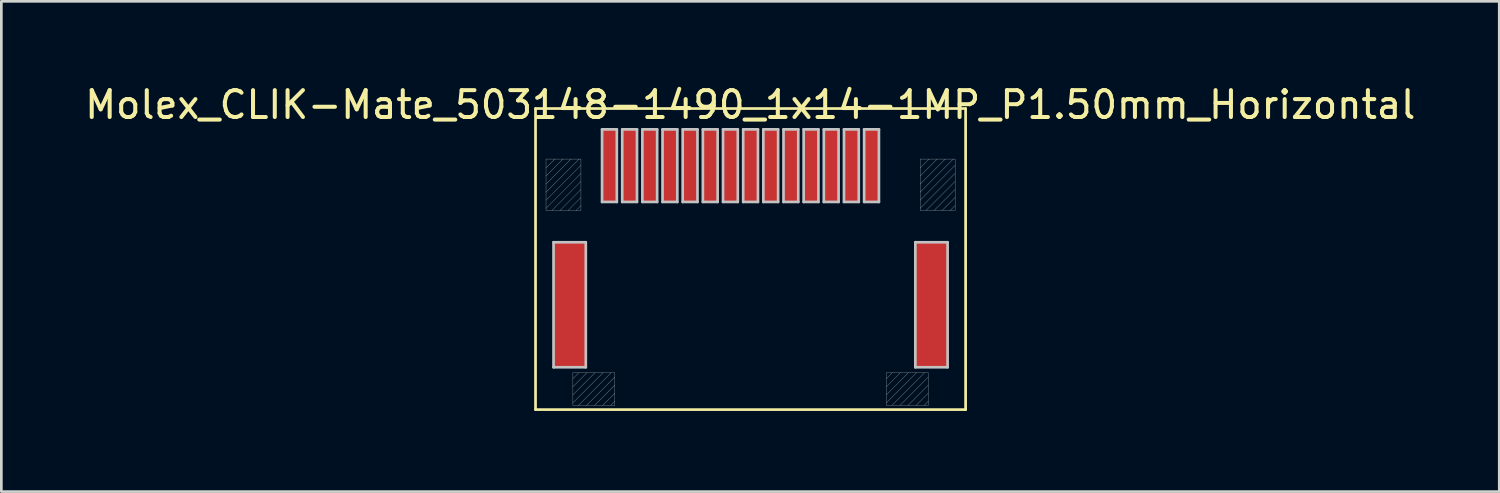
<source format=kicad_pcb>
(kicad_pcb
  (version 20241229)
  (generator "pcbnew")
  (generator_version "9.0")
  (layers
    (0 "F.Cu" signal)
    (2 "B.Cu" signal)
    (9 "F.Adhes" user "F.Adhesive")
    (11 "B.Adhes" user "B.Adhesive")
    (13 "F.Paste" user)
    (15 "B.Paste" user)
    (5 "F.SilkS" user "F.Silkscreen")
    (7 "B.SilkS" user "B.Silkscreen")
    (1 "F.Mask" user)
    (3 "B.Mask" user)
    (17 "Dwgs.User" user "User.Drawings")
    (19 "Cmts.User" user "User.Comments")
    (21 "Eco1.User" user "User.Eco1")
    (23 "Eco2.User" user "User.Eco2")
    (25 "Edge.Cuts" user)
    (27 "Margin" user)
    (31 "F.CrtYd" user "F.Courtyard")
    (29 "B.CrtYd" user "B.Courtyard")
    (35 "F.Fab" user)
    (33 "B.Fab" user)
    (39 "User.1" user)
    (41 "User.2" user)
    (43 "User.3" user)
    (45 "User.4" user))
  (footprint "Molex_CLIK-Mate_503148-1490_1x14-1MP_P1.50mm_Horizontal"
    (layer "F.Cu")
    (at 24.873 6.988)
    (property "Reference" "Molex_CLIK-Mate_503148-1490_1x14-1MP_P1.50mm_Horizontal" (at -0.01 -6.14 0) (layer "F.SilkS") (effects (font (size 1 1) (thickness 0.15))))
    (attr smd)
    (fp_line (start -8 -6) (end 8 -6) (stroke (width 0.1) (type solid)) (layer "F.SilkS"))
    (fp_line (start -8 5.2) (end -8 -6) (stroke (width 0.1) (type solid)) (layer "F.SilkS"))
    (fp_line (start 8 -6) (end 8 5.2) (stroke (width 0.1) (type solid)) (layer "F.SilkS"))
    (fp_line (start 8 5.2) (end -8 5.2) (stroke (width 0.1) (type solid)) (layer "F.SilkS"))
    (fp_line (start -7.61 -4.12) (end -7.61 -2.21) (stroke (width 0.01) (type solid)) (layer "Dwgs.User"))
    (fp_line (start -7.61 -2.89) (end -6.38 -4.12) (stroke (width 0.01) (type solid)) (layer "Dwgs.User"))
    (fp_line (start -7.61 -2.59) (end -6.31 -3.89) (stroke (width 0.01) (type solid)) (layer "Dwgs.User"))
    (fp_line (start -7.61 -2.21) (end -6.31 -2.21) (stroke (width 0.01) (type solid)) (layer "Dwgs.User"))
    (fp_line (start -7.33 -1.025) (end -6.13 -1.025) (stroke (width 0.1) (type solid)) (layer "Dwgs.User"))
    (fp_line (start -7.33 3.625) (end -7.33 -1.025) (stroke (width 0.1) (type solid)) (layer "Dwgs.User"))
    (fp_line (start -7.28 -4.12) (end -7.61 -3.79) (stroke (width 0.01) (type solid)) (layer "Dwgs.User"))
    (fp_line (start -7.09 -2.21) (end -6.31 -2.99) (stroke (width 0.01) (type solid)) (layer "Dwgs.User"))
    (fp_line (start -6.98 -4.12) (end -7.61 -3.49) (stroke (width 0.01) (type solid)) (layer "Dwgs.User"))
    (fp_line (start -6.79 -2.21) (end -6.31 -2.69) (stroke (width 0.01) (type solid)) (layer "Dwgs.User"))
    (fp_line (start -6.68 -4.12) (end -7.61 -3.19) (stroke (width 0.01) (type solid)) (layer "Dwgs.User"))
    (fp_line (start -6.61 3.83) (end -5.05 3.83) (stroke (width 0.01) (type solid)) (layer "Dwgs.User"))
    (fp_line (start -6.61 4.65) (end -5.79 3.83) (stroke (width 0.01) (type solid)) (layer "Dwgs.User"))
    (fp_line (start -6.61 4.95) (end -5.49 3.83) (stroke (width 0.01) (type solid)) (layer "Dwgs.User"))
    (fp_line (start -6.61 5.04) (end -6.61 3.83) (stroke (width 0.01) (type solid)) (layer "Dwgs.User"))
    (fp_line (start -6.49 -2.21) (end -6.31 -2.39) (stroke (width 0.01) (type solid)) (layer "Dwgs.User"))
    (fp_line (start -6.39 3.83) (end -6.61 4.05) (stroke (width 0.01) (type solid)) (layer "Dwgs.User"))
    (fp_line (start -6.31 -4.12) (end -7.61 -4.12) (stroke (width 0.01) (type solid)) (layer "Dwgs.User"))
    (fp_line (start -6.31 -3.59) (end -7.61 -2.29) (stroke (width 0.01) (type solid)) (layer "Dwgs.User"))
    (fp_line (start -6.31 -3.29) (end -7.39 -2.21) (stroke (width 0.01) (type solid)) (layer "Dwgs.User"))
    (fp_line (start -6.31 -2.21) (end -6.31 -4.12) (stroke (width 0.01) (type solid)) (layer "Dwgs.User"))
    (fp_line (start -6.13 -1.025) (end -6.13 3.625) (stroke (width 0.1) (type solid)) (layer "Dwgs.User"))
    (fp_line (start -6.13 3.625) (end -7.33 3.625) (stroke (width 0.1) (type solid)) (layer "Dwgs.User"))
    (fp_line (start -6.09 3.83) (end -6.61 4.35) (stroke (width 0.01) (type solid)) (layer "Dwgs.User"))
    (fp_line (start -5.8 5.04) (end -5.05 4.29) (stroke (width 0.01) (type solid)) (layer "Dwgs.User"))
    (fp_line (start -5.525 -5.225) (end -4.975 -5.225) (stroke (width 0.1) (type solid)) (layer "Dwgs.User"))
    (fp_line (start -5.525 -2.525) (end -5.525 -5.225) (stroke (width 0.1) (type solid)) (layer "Dwgs.User"))
    (fp_line (start -5.5 5.04) (end -5.05 4.59) (stroke (width 0.01) (type solid)) (layer "Dwgs.User"))
    (fp_line (start -5.2 5.04) (end -5.05 4.89) (stroke (width 0.01) (type solid)) (layer "Dwgs.User"))
    (fp_line (start -5.19 3.83) (end -6.4 5.04) (stroke (width 0.01) (type solid)) (layer "Dwgs.User"))
    (fp_line (start -5.05 3.83) (end -5.05 5.04) (stroke (width 0.01) (type solid)) (layer "Dwgs.User"))
    (fp_line (start -5.05 3.99) (end -6.1 5.04) (stroke (width 0.01) (type solid)) (layer "Dwgs.User"))
    (fp_line (start -5.05 5.04) (end -6.61 5.04) (stroke (width 0.01) (type solid)) (layer "Dwgs.User"))
    (fp_line (start -4.975 -5.225) (end -4.975 -2.525) (stroke (width 0.1) (type solid)) (layer "Dwgs.User"))
    (fp_line (start -4.975 -2.525) (end -5.525 -2.525) (stroke (width 0.1) (type solid)) (layer "Dwgs.User"))
    (fp_line (start -4.775 -5.225) (end -4.225 -5.225) (stroke (width 0.1) (type solid)) (layer "Dwgs.User"))
    (fp_line (start -4.775 -2.525) (end -4.775 -5.225) (stroke (width 0.1) (type solid)) (layer "Dwgs.User"))
    (fp_line (start -4.225 -5.225) (end -4.225 -2.525) (stroke (width 0.1) (type solid)) (layer "Dwgs.User"))
    (fp_line (start -4.225 -2.525) (end -4.775 -2.525) (stroke (width 0.1) (type solid)) (layer "Dwgs.User"))
    (fp_line (start -4.025 -5.225) (end -3.475 -5.225) (stroke (width 0.1) (type solid)) (layer "Dwgs.User"))
    (fp_line (start -4.025 -2.525) (end -4.025 -5.225) (stroke (width 0.1) (type solid)) (layer "Dwgs.User"))
    (fp_line (start -3.475 -5.225) (end -3.475 -2.525) (stroke (width 0.1) (type solid)) (layer "Dwgs.User"))
    (fp_line (start -3.475 -2.525) (end -4.025 -2.525) (stroke (width 0.1) (type solid)) (layer "Dwgs.User"))
    (fp_line (start -3.275 -5.225) (end -2.725 -5.225) (stroke (width 0.1) (type solid)) (layer "Dwgs.User"))
    (fp_line (start -3.275 -2.525) (end -3.275 -5.225) (stroke (width 0.1) (type solid)) (layer "Dwgs.User"))
    (fp_line (start -2.725 -5.225) (end -2.725 -2.525) (stroke (width 0.1) (type solid)) (layer "Dwgs.User"))
    (fp_line (start -2.725 -2.525) (end -3.275 -2.525) (stroke (width 0.1) (type solid)) (layer "Dwgs.User"))
    (fp_line (start -2.525 -5.225) (end -1.975 -5.225) (stroke (width 0.1) (type solid)) (layer "Dwgs.User"))
    (fp_line (start -2.525 -2.525) (end -2.525 -5.225) (stroke (width 0.1) (type solid)) (layer "Dwgs.User"))
    (fp_line (start -1.975 -5.225) (end -1.975 -2.525) (stroke (width 0.1) (type solid)) (layer "Dwgs.User"))
    (fp_line (start -1.975 -2.525) (end -2.525 -2.525) (stroke (width 0.1) (type solid)) (layer "Dwgs.User"))
    (fp_line (start -1.775 -5.225) (end -1.225 -5.225) (stroke (width 0.1) (type solid)) (layer "Dwgs.User"))
    (fp_line (start -1.775 -2.525) (end -1.775 -5.225) (stroke (width 0.1) (type solid)) (layer "Dwgs.User"))
    (fp_line (start -1.225 -5.225) (end -1.225 -2.525) (stroke (width 0.1) (type solid)) (layer "Dwgs.User"))
    (fp_line (start -1.225 -2.525) (end -1.775 -2.525) (stroke (width 0.1) (type solid)) (layer "Dwgs.User"))
    (fp_line (start -1.025 -5.225) (end -0.475 -5.225) (stroke (width 0.1) (type solid)) (layer "Dwgs.User"))
    (fp_line (start -1.025 -2.525) (end -1.025 -5.225) (stroke (width 0.1) (type solid)) (layer "Dwgs.User"))
    (fp_line (start -0.475 -5.225) (end -0.475 -2.525) (stroke (width 0.1) (type solid)) (layer "Dwgs.User"))
    (fp_line (start -0.475 -2.525) (end -1.025 -2.525) (stroke (width 0.1) (type solid)) (layer "Dwgs.User"))
    (fp_line (start -0.275 -5.225) (end 0.275 -5.225) (stroke (width 0.1) (type solid)) (layer "Dwgs.User"))
    (fp_line (start -0.275 -2.525) (end -0.275 -5.225) (stroke (width 0.1) (type solid)) (layer "Dwgs.User"))
    (fp_line (start 0.275 -5.225) (end 0.275 -2.525) (stroke (width 0.1) (type solid)) (layer "Dwgs.User"))
    (fp_line (start 0.275 -2.525) (end -0.275 -2.525) (stroke (width 0.1) (type solid)) (layer "Dwgs.User"))
    (fp_line (start 0.475 -5.225) (end 1.025 -5.225) (stroke (width 0.1) (type solid)) (layer "Dwgs.User"))
    (fp_line (start 0.475 -2.525) (end 0.475 -5.225) (stroke (width 0.1) (type solid)) (layer "Dwgs.User"))
    (fp_line (start 1.025 -5.225) (end 1.025 -2.525) (stroke (width 0.1) (type solid)) (layer "Dwgs.User"))
    (fp_line (start 1.025 -2.525) (end 0.475 -2.525) (stroke (width 0.1) (type solid)) (layer "Dwgs.User"))
    (fp_line (start 1.225 -5.225) (end 1.775 -5.225) (stroke (width 0.1) (type solid)) (layer "Dwgs.User"))
    (fp_line (start 1.225 -2.525) (end 1.225 -5.225) (stroke (width 0.1) (type solid)) (layer "Dwgs.User"))
    (fp_line (start 1.775 -5.225) (end 1.775 -2.525) (stroke (width 0.1) (type solid)) (layer "Dwgs.User"))
    (fp_line (start 1.775 -2.525) (end 1.225 -2.525) (stroke (width 0.1) (type solid)) (layer "Dwgs.User"))
    (fp_line (start 1.975 -5.225) (end 2.525 -5.225) (stroke (width 0.1) (type solid)) (layer "Dwgs.User"))
    (fp_line (start 1.975 -2.525) (end 1.975 -5.225) (stroke (width 0.1) (type solid)) (layer "Dwgs.User"))
    (fp_line (start 2.525 -5.225) (end 2.525 -2.525) (stroke (width 0.1) (type solid)) (layer "Dwgs.User"))
    (fp_line (start 2.525 -2.525) (end 1.975 -2.525) (stroke (width 0.1) (type solid)) (layer "Dwgs.User"))
    (fp_line (start 2.725 -5.225) (end 3.275 -5.225) (stroke (width 0.1) (type solid)) (layer "Dwgs.User"))
    (fp_line (start 2.725 -2.525) (end 2.725 -5.225) (stroke (width 0.1) (type solid)) (layer "Dwgs.User"))
    (fp_line (start 3.275 -5.225) (end 3.275 -2.525) (stroke (width 0.1) (type solid)) (layer "Dwgs.User"))
    (fp_line (start 3.275 -2.525) (end 2.725 -2.525) (stroke (width 0.1) (type solid)) (layer "Dwgs.User"))
    (fp_line (start 3.475 -5.225) (end 4.025 -5.225) (stroke (width 0.1) (type solid)) (layer "Dwgs.User"))
    (fp_line (start 3.475 -2.525) (end 3.475 -5.225) (stroke (width 0.1) (type solid)) (layer "Dwgs.User"))
    (fp_line (start 4.025 -5.225) (end 4.025 -2.525) (stroke (width 0.1) (type solid)) (layer "Dwgs.User"))
    (fp_line (start 4.025 -2.525) (end 3.475 -2.525) (stroke (width 0.1) (type solid)) (layer "Dwgs.User"))
    (fp_line (start 4.225 -5.225) (end 4.775 -5.225) (stroke (width 0.1) (type solid)) (layer "Dwgs.User"))
    (fp_line (start 4.225 -2.525) (end 4.225 -5.225) (stroke (width 0.1) (type solid)) (layer "Dwgs.User"))
    (fp_line (start 4.775 -5.225) (end 4.775 -2.525) (stroke (width 0.1) (type solid)) (layer "Dwgs.User"))
    (fp_line (start 4.775 -2.525) (end 4.225 -2.525) (stroke (width 0.1) (type solid)) (layer "Dwgs.User"))
    (fp_line (start 5.05 3.83) (end 6.61 3.83) (stroke (width 0.01) (type solid)) (layer "Dwgs.User"))
    (fp_line (start 5.05 4.65) (end 5.87 3.83) (stroke (width 0.01) (type solid)) (layer "Dwgs.User"))
    (fp_line (start 5.05 4.95) (end 6.17 3.83) (stroke (width 0.01) (type solid)) (layer "Dwgs.User"))
    (fp_line (start 5.05 5.04) (end 5.05 3.83) (stroke (width 0.01) (type solid)) (layer "Dwgs.User"))
    (fp_line (start 5.27 3.83) (end 5.05 4.05) (stroke (width 0.01) (type solid)) (layer "Dwgs.User"))
    (fp_line (start 5.57 3.83) (end 5.05 4.35) (stroke (width 0.01) (type solid)) (layer "Dwgs.User"))
    (fp_line (start 5.86 5.04) (end 6.61 4.29) (stroke (width 0.01) (type solid)) (layer "Dwgs.User"))
    (fp_line (start 6.13 -1.025) (end 7.33 -1.025) (stroke (width 0.1) (type solid)) (layer "Dwgs.User"))
    (fp_line (start 6.13 3.625) (end 6.13 -1.025) (stroke (width 0.1) (type solid)) (layer "Dwgs.User"))
    (fp_line (start 6.16 5.04) (end 6.61 4.59) (stroke (width 0.01) (type solid)) (layer "Dwgs.User"))
    (fp_line (start 6.31 -4.12) (end 6.31 -2.21) (stroke (width 0.01) (type solid)) (layer "Dwgs.User"))
    (fp_line (start 6.31 -2.89) (end 7.54 -4.12) (stroke (width 0.01) (type solid)) (layer "Dwgs.User"))
    (fp_line (start 6.31 -2.59) (end 7.61 -3.89) (stroke (width 0.01) (type solid)) (layer "Dwgs.User"))
    (fp_line (start 6.31 -2.21) (end 7.61 -2.21) (stroke (width 0.01) (type solid)) (layer "Dwgs.User"))
    (fp_line (start 6.46 5.04) (end 6.61 4.89) (stroke (width 0.01) (type solid)) (layer "Dwgs.User"))
    (fp_line (start 6.47 3.83) (end 5.26 5.04) (stroke (width 0.01) (type solid)) (layer "Dwgs.User"))
    (fp_line (start 6.61 3.83) (end 6.61 5.04) (stroke (width 0.01) (type solid)) (layer "Dwgs.User"))
    (fp_line (start 6.61 3.99) (end 5.56 5.04) (stroke (width 0.01) (type solid)) (layer "Dwgs.User"))
    (fp_line (start 6.61 5.04) (end 5.05 5.04) (stroke (width 0.01) (type solid)) (layer "Dwgs.User"))
    (fp_line (start 6.64 -4.12) (end 6.31 -3.79) (stroke (width 0.01) (type solid)) (layer "Dwgs.User"))
    (fp_line (start 6.83 -2.21) (end 7.61 -2.99) (stroke (width 0.01) (type solid)) (layer "Dwgs.User"))
    (fp_line (start 6.94 -4.12) (end 6.31 -3.49) (stroke (width 0.01) (type solid)) (layer "Dwgs.User"))
    (fp_line (start 7.13 -2.21) (end 7.61 -2.69) (stroke (width 0.01) (type solid)) (layer "Dwgs.User"))
    (fp_line (start 7.24 -4.12) (end 6.31 -3.19) (stroke (width 0.01) (type solid)) (layer "Dwgs.User"))
    (fp_line (start 7.33 -1.025) (end 7.33 3.625) (stroke (width 0.1) (type solid)) (layer "Dwgs.User"))
    (fp_line (start 7.33 3.625) (end 6.13 3.625) (stroke (width 0.1) (type solid)) (layer "Dwgs.User"))
    (fp_line (start 7.43 -2.21) (end 7.61 -2.39) (stroke (width 0.01) (type solid)) (layer "Dwgs.User"))
    (fp_line (start 7.61 -4.12) (end 6.31 -4.12) (stroke (width 0.01) (type solid)) (layer "Dwgs.User"))
    (fp_line (start 7.61 -3.59) (end 6.31 -2.29) (stroke (width 0.01) (type solid)) (layer "Dwgs.User"))
    (fp_line (start 7.61 -3.29) (end 6.53 -2.21) (stroke (width 0.01) (type solid)) (layer "Dwgs.User"))
    (fp_line (start 7.61 -2.21) (end 7.61 -4.12) (stroke (width 0.01) (type solid)) (layer "Dwgs.User"))
    (pad "1" smd rect (at 4.5 -3.86) (size 0.55 2.7) (layers "F.Cu" "F.Mask" "F.Paste"))
    (pad "2" smd rect (at 3.75 -3.86) (size 0.55 2.7) (layers "F.Cu" "F.Mask" "F.Paste"))
    (pad "3" smd rect (at 3 -3.86) (size 0.55 2.7) (layers "F.Cu" "F.Mask" "F.Paste"))
    (pad "4" smd rect (at 2.25 -3.86) (size 0.55 2.7) (layers "F.Cu" "F.Mask" "F.Paste"))
    (pad "5" smd rect (at 1.5 -3.86) (size 0.55 2.7) (layers "F.Cu" "F.Mask" "F.Paste"))
    (pad "6" smd rect (at 0.75 -3.86) (size 0.55 2.7) (layers "F.Cu" "F.Mask" "F.Paste"))
    (pad "7" smd rect (at 0 -3.86) (size 0.55 2.7) (layers "F.Cu" "F.Mask" "F.Paste"))
    (pad "8" smd rect (at -0.75 -3.86) (size 0.55 2.7) (layers "F.Cu" "F.Mask" "F.Paste"))
    (pad "9" smd rect (at -1.5 -3.86) (size 0.55 2.7) (layers "F.Cu" "F.Mask" "F.Paste"))
    (pad "10" smd rect (at -2.25 -3.86) (size 0.55 2.7) (layers "F.Cu" "F.Mask" "F.Paste"))
    (pad "11" smd rect (at -3 -3.86) (size 0.55 2.7) (layers "F.Cu" "F.Mask" "F.Paste"))
    (pad "12" smd rect (at -3.75 -3.86) (size 0.55 2.7) (layers "F.Cu" "F.Mask" "F.Paste"))
    (pad "13" smd rect (at -4.5 -3.86) (size 0.55 2.7) (layers "F.Cu" "F.Mask" "F.Paste"))
    (pad "14" smd rect (at -5.25 -3.86) (size 0.55 2.7) (layers "F.Cu" "F.Mask" "F.Paste"))
    (pad "NC" smd rect (at -6.73 1.31) (size 1.2 4.65) (layers "F.Cu" "F.Mask" "F.Paste"))
    (pad "NC" smd rect (at 6.73 1.31) (size 1.2 4.65) (layers "F.Cu" "F.Mask" "F.Paste")))
  (gr_rect
    (start -3 -3)
    (end 52.726 15.238)
    (stroke (width 0.1) (type default))
    (fill no)
    (layer "Edge.Cuts")))
</source>
